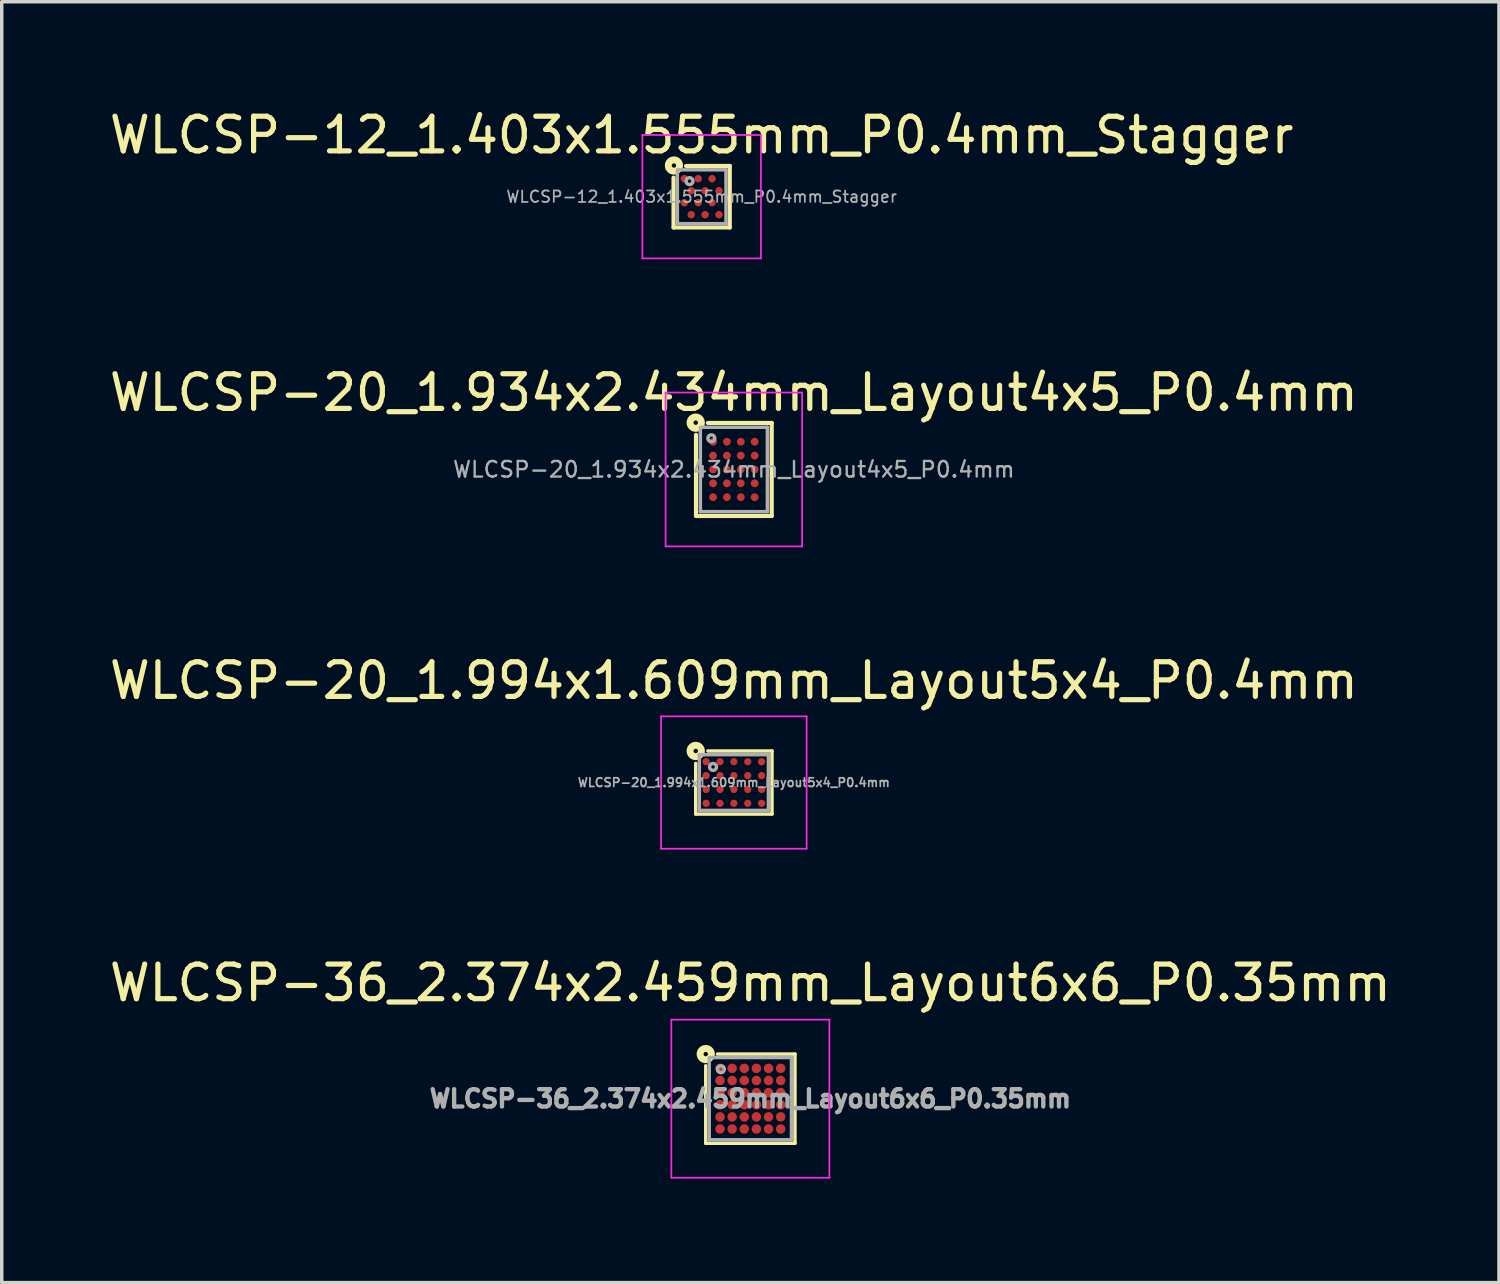
<source format=kicad_pcb>
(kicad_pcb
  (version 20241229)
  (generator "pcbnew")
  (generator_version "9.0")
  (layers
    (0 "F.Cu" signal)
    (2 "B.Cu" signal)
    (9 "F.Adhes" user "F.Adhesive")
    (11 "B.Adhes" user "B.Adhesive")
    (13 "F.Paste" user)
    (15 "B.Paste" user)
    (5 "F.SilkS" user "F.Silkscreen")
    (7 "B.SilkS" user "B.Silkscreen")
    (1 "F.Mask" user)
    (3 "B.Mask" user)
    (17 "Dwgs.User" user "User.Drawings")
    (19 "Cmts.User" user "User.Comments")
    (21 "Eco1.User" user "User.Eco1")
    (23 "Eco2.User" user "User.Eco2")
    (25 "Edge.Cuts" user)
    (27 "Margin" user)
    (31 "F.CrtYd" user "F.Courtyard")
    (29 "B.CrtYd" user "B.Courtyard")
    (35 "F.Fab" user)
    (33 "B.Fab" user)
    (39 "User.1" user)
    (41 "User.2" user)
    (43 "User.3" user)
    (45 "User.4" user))
  (footprint "WLCSP-20_1.994x1.609mm_Layout5x4_P0.4mm"
    (layer "F.Cu")
    (at 18.125 19.529)
    (property "Reference" "WLCSP-20_1.994x1.609mm_Layout5x4_P0.4mm" (at 0 -2.94 0) (layer "F.SilkS") (effects (font (size 1 1) (thickness 0.15))))
    (attr smd)
    (fp_line (start -1.1 -0.55) (end -1.1 0.91) (stroke (width 0.1) (type solid)) (layer "F.SilkS"))
    (fp_line (start -1.1 0.91) (end 1.1 0.91) (stroke (width 0.1) (type solid)) (layer "F.SilkS"))
    (fp_line (start -0.75 -0.91) (end 1.1 -0.91) (stroke (width 0.1) (type solid)) (layer "F.SilkS"))
    (fp_line (start 1.1 -0.91) (end 1.1 0.91) (stroke (width 0.1) (type solid)) (layer "F.SilkS"))
    (fp_circle (center -1.1 -0.91) (end -1.036 -0.91) (stroke (width 0.2) (type solid)) (fill no) (layer "F.SilkS"))
    (fp_line (start -2.1 -1.91) (end -2.1 1.91) (stroke (width 0.05) (type solid)) (layer "F.CrtYd"))
    (fp_line (start -2.1 -1.91) (end 2.1 -1.91) (stroke (width 0.05) (type solid)) (layer "F.CrtYd"))
    (fp_line (start -2.1 1.91) (end 2.1 1.91) (stroke (width 0.05) (type solid)) (layer "F.CrtYd"))
    (fp_line (start 2.1 -1.91) (end 2.1 1.91) (stroke (width 0.05) (type solid)) (layer "F.CrtYd"))
    (fp_line (start -0.997 -0.804) (end 0.997 -0.804) (stroke (width 0.1) (type solid)) (layer "F.Fab"))
    (fp_line (start -0.997 0.804) (end -0.997 -0.804) (stroke (width 0.1) (type solid)) (layer "F.Fab"))
    (fp_line (start -0.997 0.804) (end 0.997 0.804) (stroke (width 0.1) (type solid)) (layer "F.Fab"))
    (fp_line (start 0.997 0.804) (end 0.997 -0.804) (stroke (width 0.1) (type solid)) (layer "F.Fab"))
    (fp_circle (center -0.6 -0.45) (end -0.5 -0.45) (stroke (width 0.1) (type solid)) (fill no) (layer "F.Fab"))
    (fp_text user "${REFERENCE}" (at 0 0 0) (layer "F.Fab") (effects (font (size 0.25 0.25) (thickness 0.05))))
    (pad "A1" smd circle (at -0.8 -0.6) (size 0.21 0.21) (layers "F.Cu" "F.Mask" "F.Paste"))
    (pad "A2" smd circle (at -0.4 -0.6) (size 0.21 0.21) (layers "F.Cu" "F.Mask" "F.Paste"))
    (pad "A3" smd circle (at 0 -0.6) (size 0.21 0.21) (layers "F.Cu" "F.Mask" "F.Paste"))
    (pad "A4" smd circle (at 0.4 -0.6) (size 0.21 0.21) (layers "F.Cu" "F.Mask" "F.Paste"))
    (pad "A5" smd circle (at 0.8 -0.6) (size 0.21 0.21) (layers "F.Cu" "F.Mask" "F.Paste"))
    (pad "B1" smd circle (at -0.8 -0.2) (size 0.21 0.21) (layers "F.Cu" "F.Mask" "F.Paste"))
    (pad "B2" smd circle (at -0.4 -0.2) (size 0.21 0.21) (layers "F.Cu" "F.Mask" "F.Paste"))
    (pad "B3" smd circle (at 0 -0.2) (size 0.21 0.21) (layers "F.Cu" "F.Mask" "F.Paste"))
    (pad "B4" smd circle (at 0.4 -0.2) (size 0.21 0.21) (layers "F.Cu" "F.Mask" "F.Paste"))
    (pad "B5" smd circle (at 0.8 -0.2) (size 0.21 0.21) (layers "F.Cu" "F.Mask" "F.Paste"))
    (pad "C1" smd circle (at -0.8 0.2) (size 0.21 0.21) (layers "F.Cu" "F.Mask" "F.Paste"))
    (pad "C2" smd circle (at -0.4 0.2) (size 0.21 0.21) (layers "F.Cu" "F.Mask" "F.Paste"))
    (pad "C3" smd circle (at 0 0.2) (size 0.21 0.21) (layers "F.Cu" "F.Mask" "F.Paste"))
    (pad "C4" smd circle (at 0.4 0.2) (size 0.21 0.21) (layers "F.Cu" "F.Mask" "F.Paste"))
    (pad "C5" smd circle (at 0.8 0.2) (size 0.21 0.21) (layers "F.Cu" "F.Mask" "F.Paste"))
    (pad "D1" smd circle (at -0.8 0.6) (size 0.21 0.21) (layers "F.Cu" "F.Mask" "F.Paste"))
    (pad "D2" smd circle (at -0.4 0.6) (size 0.21 0.21) (layers "F.Cu" "F.Mask" "F.Paste"))
    (pad "D3" smd circle (at 0 0.6) (size 0.21 0.21) (layers "F.Cu" "F.Mask" "F.Paste"))
    (pad "D4" smd circle (at 0.4 0.6) (size 0.21 0.21) (layers "F.Cu" "F.Mask" "F.Paste"))
    (pad "D5" smd circle (at 0.8 0.6) (size 0.21 0.21) (layers "F.Cu" "F.Mask" "F.Paste")))
  (footprint "WLCSP-12_1.403x1.555mm_P0.4mm_Stagger"
    (layer "F.Cu")
    (at 17.196 2.626)
    (property "Reference" "WLCSP-12_1.403x1.555mm_P0.4mm_Stagger" (at 0 -1.778 0) (layer "F.SilkS") (effects (font (size 1 1) (thickness 0.15))))
    (attr smd)
    (fp_line (start -0.811 0.887) (end -0.811 -0.55) (stroke (width 0.12) (type solid)) (layer "F.SilkS"))
    (fp_line (start -0.45 -0.887) (end 0.811 -0.887) (stroke (width 0.12) (type solid)) (layer "F.SilkS"))
    (fp_line (start 0.811 -0.887) (end 0.811 0.887) (stroke (width 0.12) (type solid)) (layer "F.SilkS"))
    (fp_line (start 0.811 0.887) (end -0.811 0.887) (stroke (width 0.12) (type solid)) (layer "F.SilkS"))
    (fp_circle (center -0.8 -0.9) (end -0.737 -0.9) (stroke (width 0.2) (type solid)) (fill no) (layer "F.SilkS"))
    (fp_line (start -1.71 -1.78) (end -1.71 1.78) (stroke (width 0.05) (type solid)) (layer "F.CrtYd"))
    (fp_line (start -1.71 1.78) (end 1.71 1.78) (stroke (width 0.05) (type solid)) (layer "F.CrtYd"))
    (fp_line (start 1.71 -1.78) (end -1.71 -1.78) (stroke (width 0.05) (type solid)) (layer "F.CrtYd"))
    (fp_line (start 1.71 1.78) (end 1.71 -1.78) (stroke (width 0.05) (type solid)) (layer "F.CrtYd"))
    (fp_line (start -0.702 0.777) (end -0.702 -0.77) (stroke (width 0.1) (type solid)) (layer "F.Fab"))
    (fp_line (start -0.69 -0.777) (end 0.702 -0.777) (stroke (width 0.1) (type solid)) (layer "F.Fab"))
    (fp_line (start 0.702 -0.777) (end 0.702 0.777) (stroke (width 0.1) (type solid)) (layer "F.Fab"))
    (fp_line (start 0.702 0.777) (end -0.702 0.777) (stroke (width 0.1) (type solid)) (layer "F.Fab"))
    (fp_circle (center -0.35 -0.45) (end -0.25 -0.45) (stroke (width 0.1) (type solid)) (fill no) (layer "F.Fab"))
    (fp_text user "${REFERENCE}" (at 0 0 0) (layer "F.Fab") (effects (font (size 0.33 0.33) (thickness 0.05))))
    (pad "A1" smd circle (at -0.5 -0.519) (size 0.215 0.215) (layers "F.Cu" "F.Mask" "F.Paste"))
    (pad "A3" smd circle (at -0.1 -0.519) (size 0.215 0.215) (layers "F.Cu" "F.Mask" "F.Paste"))
    (pad "A5" smd circle (at 0.3 -0.519) (size 0.215 0.215) (layers "F.Cu" "F.Mask" "F.Paste"))
    (pad "B2" smd circle (at -0.3 -0.173) (size 0.215 0.215) (layers "F.Cu" "F.Mask" "F.Paste"))
    (pad "B4" smd circle (at 0.1 -0.173) (size 0.215 0.215) (layers "F.Cu" "F.Mask" "F.Paste"))
    (pad "B6" smd circle (at 0.5 -0.173) (size 0.215 0.215) (layers "F.Cu" "F.Mask" "F.Paste"))
    (pad "C1" smd circle (at -0.5 0.173) (size 0.215 0.215) (layers "F.Cu" "F.Mask" "F.Paste"))
    (pad "C3" smd circle (at -0.1 0.173) (size 0.215 0.215) (layers "F.Cu" "F.Mask" "F.Paste"))
    (pad "C5" smd circle (at 0.3 0.173) (size 0.215 0.215) (layers "F.Cu" "F.Mask" "F.Paste"))
    (pad "D2" smd circle (at -0.3 0.519) (size 0.215 0.215) (layers "F.Cu" "F.Mask" "F.Paste"))
    (pad "D4" smd circle (at 0.1 0.519) (size 0.215 0.215) (layers "F.Cu" "F.Mask" "F.Paste"))
    (pad "D6" smd circle (at 0.5 0.519) (size 0.215 0.215) (layers "F.Cu" "F.Mask" "F.Paste")))
  (footprint "WLCSP-36_2.374x2.459mm_Layout6x6_P0.35mm"
    (layer "F.Cu")
    (at 18.601 28.652)
    (property "Reference" "WLCSP-36_2.374x2.459mm_Layout6x6_P0.35mm" (at 0 -3.34 0) (layer "F.SilkS") (effects (font (size 1 1) (thickness 0.15))))
    (attr smd)
    (fp_line (start -1.287 1.287) (end -1.287 -0.95) (stroke (width 0.1) (type solid)) (layer "F.SilkS"))
    (fp_line (start -1.287 1.287) (end 1.287 1.287) (stroke (width 0.1) (type solid)) (layer "F.SilkS"))
    (fp_line (start -0.95 -1.287) (end 1.287 -1.287) (stroke (width 0.1) (type solid)) (layer "F.SilkS"))
    (fp_line (start 1.287 1.287) (end 1.287 -1.287) (stroke (width 0.1) (type solid)) (layer "F.SilkS"))
    (fp_circle (center -1.287 -1.287) (end -1.224 -1.287) (stroke (width 0.2) (type solid)) (fill no) (layer "F.SilkS"))
    (fp_line (start -2.28 -2.28) (end 2.28 -2.28) (stroke (width 0.05) (type solid)) (layer "F.CrtYd"))
    (fp_line (start -2.28 2.28) (end -2.28 -2.28) (stroke (width 0.05) (type solid)) (layer "F.CrtYd"))
    (fp_line (start -2.28 2.28) (end 2.28 2.28) (stroke (width 0.05) (type solid)) (layer "F.CrtYd"))
    (fp_line (start 2.28 2.28) (end 2.28 -2.28) (stroke (width 0.05) (type solid)) (layer "F.CrtYd"))
    (fp_line (start -1.187 1.187) (end -1.187 -1.18) (stroke (width 0.1) (type solid)) (layer "F.Fab"))
    (fp_line (start -1.187 1.187) (end 1.187 1.187) (stroke (width 0.1) (type solid)) (layer "F.Fab"))
    (fp_line (start -1.17 -1.187) (end 1.187 -1.187) (stroke (width 0.1) (type solid)) (layer "F.Fab"))
    (fp_line (start 1.187 1.187) (end 1.187 -1.187) (stroke (width 0.1) (type solid)) (layer "F.Fab"))
    (fp_circle (center -0.85 -0.85) (end -0.75 -0.85) (stroke (width 0.1) (type solid)) (fill no) (layer "F.Fab"))
    (fp_text user "${REFERENCE}" (at 0 0 0) (layer "F.Fab") (effects (font (size 0.5 0.5) (thickness 0.125))))
    (pad "A1" smd circle (at -0.875 -0.875) (size 0.274 0.274) (layers "F.Cu" "F.Mask" "F.Paste"))
    (pad "A2" smd circle (at -0.525 -0.875) (size 0.274 0.274) (layers "F.Cu" "F.Mask" "F.Paste"))
    (pad "A3" smd circle (at -0.175 -0.875) (size 0.274 0.274) (layers "F.Cu" "F.Mask" "F.Paste"))
    (pad "A4" smd circle (at 0.175 -0.875) (size 0.274 0.274) (layers "F.Cu" "F.Mask" "F.Paste"))
    (pad "A5" smd circle (at 0.525 -0.875) (size 0.274 0.274) (layers "F.Cu" "F.Mask" "F.Paste"))
    (pad "A6" smd circle (at 0.875 -0.875) (size 0.274 0.274) (layers "F.Cu" "F.Mask" "F.Paste"))
    (pad "B1" smd circle (at -0.875 -0.525) (size 0.274 0.274) (layers "F.Cu" "F.Mask" "F.Paste"))
    (pad "B2" smd circle (at -0.525 -0.525) (size 0.274 0.274) (layers "F.Cu" "F.Mask" "F.Paste"))
    (pad "B3" smd circle (at -0.175 -0.525) (size 0.274 0.274) (layers "F.Cu" "F.Mask" "F.Paste"))
    (pad "B4" smd circle (at 0.175 -0.525) (size 0.274 0.274) (layers "F.Cu" "F.Mask" "F.Paste"))
    (pad "B5" smd circle (at 0.525 -0.525) (size 0.274 0.274) (layers "F.Cu" "F.Mask" "F.Paste"))
    (pad "B6" smd circle (at 0.875 -0.525) (size 0.274 0.274) (layers "F.Cu" "F.Mask" "F.Paste"))
    (pad "C1" smd circle (at -0.875 -0.175) (size 0.274 0.274) (layers "F.Cu" "F.Mask" "F.Paste"))
    (pad "C2" smd circle (at -0.525 -0.175) (size 0.274 0.274) (layers "F.Cu" "F.Mask" "F.Paste"))
    (pad "C3" smd circle (at -0.175 -0.175) (size 0.274 0.274) (layers "F.Cu" "F.Mask" "F.Paste"))
    (pad "C4" smd circle (at 0.175 -0.175) (size 0.274 0.274) (layers "F.Cu" "F.Mask" "F.Paste"))
    (pad "C5" smd circle (at 0.525 -0.175) (size 0.274 0.274) (layers "F.Cu" "F.Mask" "F.Paste"))
    (pad "C6" smd circle (at 0.875 -0.175) (size 0.274 0.274) (layers "F.Cu" "F.Mask" "F.Paste"))
    (pad "D1" smd circle (at -0.875 0.175) (size 0.274 0.274) (layers "F.Cu" "F.Mask" "F.Paste"))
    (pad "D2" smd circle (at -0.525 0.175) (size 0.274 0.274) (layers "F.Cu" "F.Mask" "F.Paste"))
    (pad "D3" smd circle (at -0.175 0.175) (size 0.274 0.274) (layers "F.Cu" "F.Mask" "F.Paste"))
    (pad "D4" smd circle (at 0.175 0.175) (size 0.274 0.274) (layers "F.Cu" "F.Mask" "F.Paste"))
    (pad "D5" smd circle (at 0.525 0.175) (size 0.274 0.274) (layers "F.Cu" "F.Mask" "F.Paste"))
    (pad "D6" smd circle (at 0.875 0.175) (size 0.274 0.274) (layers "F.Cu" "F.Mask" "F.Paste"))
    (pad "E1" smd circle (at -0.875 0.525) (size 0.274 0.274) (layers "F.Cu" "F.Mask" "F.Paste"))
    (pad "E2" smd circle (at -0.525 0.525) (size 0.274 0.274) (layers "F.Cu" "F.Mask" "F.Paste"))
    (pad "E3" smd circle (at -0.175 0.525) (size 0.274 0.274) (layers "F.Cu" "F.Mask" "F.Paste"))
    (pad "E4" smd circle (at 0.175 0.525) (size 0.274 0.274) (layers "F.Cu" "F.Mask" "F.Paste"))
    (pad "E5" smd circle (at 0.525 0.525) (size 0.274 0.274) (layers "F.Cu" "F.Mask" "F.Paste"))
    (pad "E6" smd circle (at 0.875 0.525) (size 0.274 0.274) (layers "F.Cu" "F.Mask" "F.Paste"))
    (pad "F1" smd circle (at -0.875 0.875) (size 0.274 0.274) (layers "F.Cu" "F.Mask" "F.Paste"))
    (pad "F2" smd circle (at -0.525 0.875) (size 0.274 0.274) (layers "F.Cu" "F.Mask" "F.Paste"))
    (pad "F3" smd circle (at -0.175 0.875) (size 0.274 0.274) (layers "F.Cu" "F.Mask" "F.Paste"))
    (pad "F4" smd circle (at 0.175 0.875) (size 0.274 0.274) (layers "F.Cu" "F.Mask" "F.Paste"))
    (pad "F5" smd circle (at 0.525 0.875) (size 0.274 0.274) (layers "F.Cu" "F.Mask" "F.Paste"))
    (pad "F6" smd circle (at 0.875 0.875) (size 0.274 0.274) (layers "F.Cu" "F.Mask" "F.Paste")))
  (footprint "WLCSP-20_1.934x2.434mm_Layout4x5_P0.4mm"
    (layer "F.Cu")
    (at 18.125 10.496)
    (property "Reference" "WLCSP-20_1.934x2.434mm_Layout4x5_P0.4mm" (at 0 -2.217 0) (layer "F.SilkS") (effects (font (size 1 1) (thickness 0.15))))
    (attr smd)
    (fp_line (start -1.092 1.342) (end -1.092 -1) (stroke (width 0.12) (type solid)) (layer "F.SilkS"))
    (fp_line (start -0.75 -1.342) (end 1.092 -1.342) (stroke (width 0.12) (type solid)) (layer "F.SilkS"))
    (fp_line (start 1.092 -1.342) (end 1.092 1.342) (stroke (width 0.12) (type solid)) (layer "F.SilkS"))
    (fp_line (start 1.092 1.342) (end -1.092 1.342) (stroke (width 0.12) (type solid)) (layer "F.SilkS"))
    (fp_circle (center -1.1 -1.35) (end -1.036 -1.35) (stroke (width 0.2) (type solid)) (fill no) (layer "F.SilkS"))
    (fp_line (start -1.97 -2.22) (end -1.97 2.22) (stroke (width 0.05) (type solid)) (layer "F.CrtYd"))
    (fp_line (start -1.97 2.22) (end 1.97 2.22) (stroke (width 0.05) (type solid)) (layer "F.CrtYd"))
    (fp_line (start 1.97 -2.22) (end -1.97 -2.22) (stroke (width 0.05) (type solid)) (layer "F.CrtYd"))
    (fp_line (start 1.97 2.22) (end 1.97 -2.22) (stroke (width 0.05) (type solid)) (layer "F.CrtYd"))
    (fp_line (start -0.967 1.217) (end -0.967 -1.2) (stroke (width 0.1) (type solid)) (layer "F.Fab"))
    (fp_line (start -0.95 -1.217) (end 0.967 -1.217) (stroke (width 0.1) (type solid)) (layer "F.Fab"))
    (fp_line (start 0.967 -1.217) (end 0.967 1.217) (stroke (width 0.1) (type solid)) (layer "F.Fab"))
    (fp_line (start 0.967 1.217) (end -0.967 1.217) (stroke (width 0.1) (type solid)) (layer "F.Fab"))
    (fp_circle (center -0.65 -0.9) (end -0.55 -0.9) (stroke (width 0.1) (type solid)) (fill no) (layer "F.Fab"))
    (fp_text user "${REFERENCE}" (at 0 0 0) (layer "F.Fab") (effects (font (size 0.45 0.45) (thickness 0.068))))
    (pad "A1" smd circle (at -0.6 -0.8) (size 0.225 0.225) (layers "F.Cu" "F.Mask" "F.Paste"))
    (pad "A2" smd circle (at -0.2 -0.8) (size 0.225 0.225) (layers "F.Cu" "F.Mask" "F.Paste"))
    (pad "A3" smd circle (at 0.2 -0.8) (size 0.225 0.225) (layers "F.Cu" "F.Mask" "F.Paste"))
    (pad "A4" smd circle (at 0.6 -0.8) (size 0.225 0.225) (layers "F.Cu" "F.Mask" "F.Paste"))
    (pad "B1" smd circle (at -0.6 -0.4) (size 0.225 0.225) (layers "F.Cu" "F.Mask" "F.Paste"))
    (pad "B2" smd circle (at -0.2 -0.4) (size 0.225 0.225) (layers "F.Cu" "F.Mask" "F.Paste"))
    (pad "B3" smd circle (at 0.2 -0.4) (size 0.225 0.225) (layers "F.Cu" "F.Mask" "F.Paste"))
    (pad "B4" smd circle (at 0.6 -0.4) (size 0.225 0.225) (layers "F.Cu" "F.Mask" "F.Paste"))
    (pad "C1" smd circle (at -0.6 0) (size 0.225 0.225) (layers "F.Cu" "F.Mask" "F.Paste"))
    (pad "C2" smd circle (at -0.2 0) (size 0.225 0.225) (layers "F.Cu" "F.Mask" "F.Paste"))
    (pad "C3" smd circle (at 0.2 0) (size 0.225 0.225) (layers "F.Cu" "F.Mask" "F.Paste"))
    (pad "C4" smd circle (at 0.6 0) (size 0.225 0.225) (layers "F.Cu" "F.Mask" "F.Paste"))
    (pad "D1" smd circle (at -0.6 0.4) (size 0.225 0.225) (layers "F.Cu" "F.Mask" "F.Paste"))
    (pad "D2" smd circle (at -0.2 0.4) (size 0.225 0.225) (layers "F.Cu" "F.Mask" "F.Paste"))
    (pad "D3" smd circle (at 0.2 0.4) (size 0.225 0.225) (layers "F.Cu" "F.Mask" "F.Paste"))
    (pad "D4" smd circle (at 0.6 0.4) (size 0.225 0.225) (layers "F.Cu" "F.Mask" "F.Paste"))
    (pad "E1" smd circle (at -0.6 0.8) (size 0.225 0.225) (layers "F.Cu" "F.Mask" "F.Paste"))
    (pad "E2" smd circle (at -0.2 0.8) (size 0.225 0.225) (layers "F.Cu" "F.Mask" "F.Paste"))
    (pad "E3" smd circle (at 0.2 0.8) (size 0.225 0.225) (layers "F.Cu" "F.Mask" "F.Paste"))
    (pad "E4" smd circle (at 0.6 0.8) (size 0.225 0.225) (layers "F.Cu" "F.Mask" "F.Paste")))
  (gr_rect
    (start -3 -3)
    (end 40.202 33.958)
    (stroke (width 0.1) (type default))
    (fill no)
    (layer "Edge.Cuts")))
</source>
